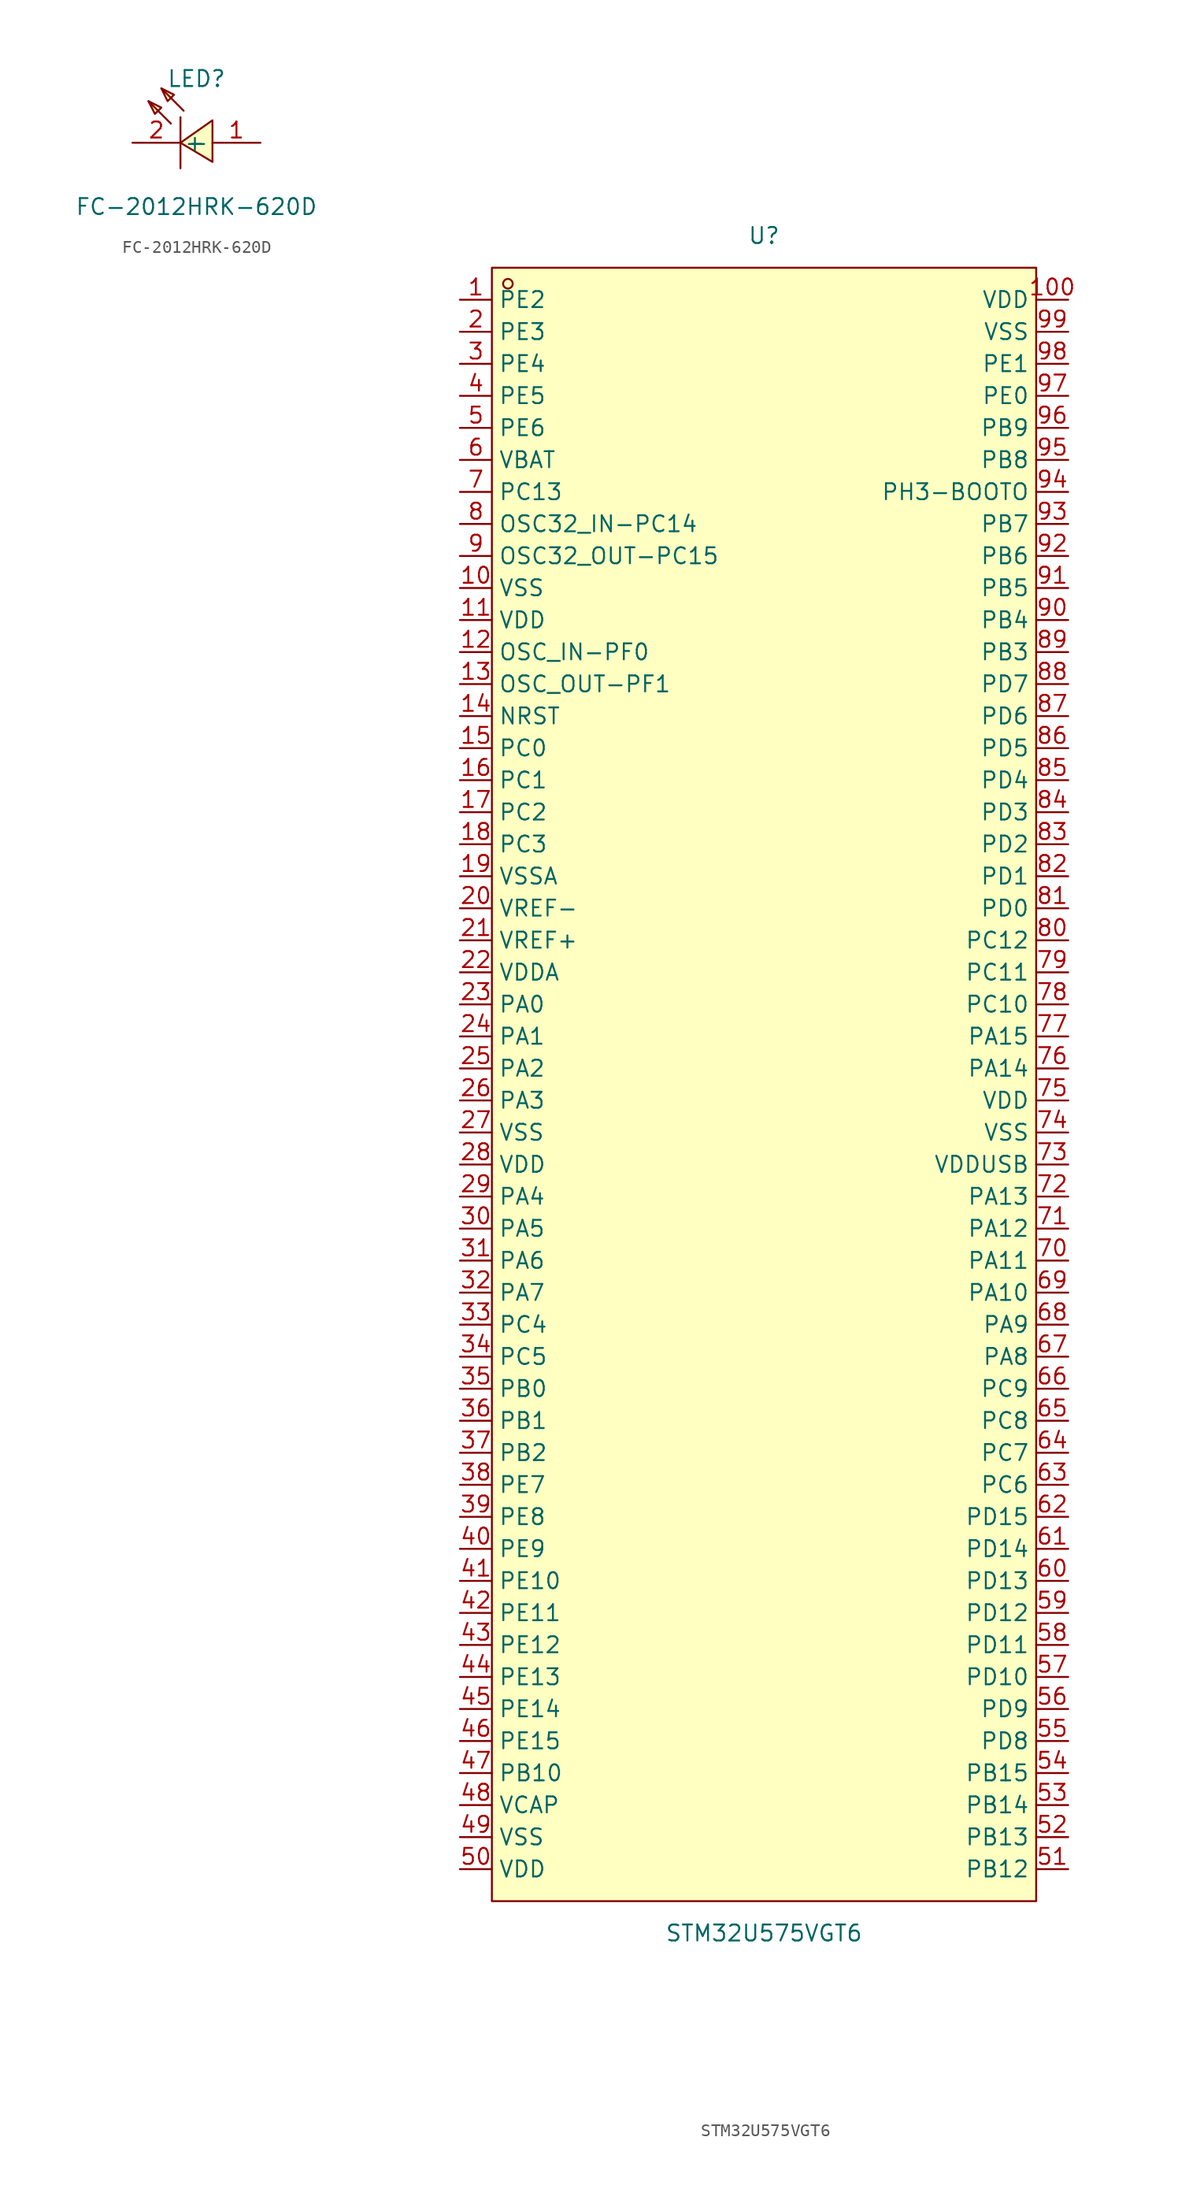
<source format=kicad_sym>
(kicad_symbol_lib
  (version 20211014)
  (generator https://github.com/uPesy/easyeda2kicad.py)
  (symbol "FC-2012HRK-620D"
    (property "Reference" "LED"
      (at 0 5.08 0)
      (effects (font (size 1.27 1.27))))
    (property "Value" "FC-2012HRK-620D"
      (at 0 -5.08 0)
      (effects (font (size 1.27 1.27))))
    (symbol "FC-2012HRK-620D_0_1"
      (polyline (pts (xy -3.81 3.30) (xy -2.79 2.79) (xy -3.30 2.29) (xy -3.81 3.30)) (stroke (width 0) (type default) (color 0 0 0 0)) (fill (type background)))
      (polyline (pts (xy -2.79 4.32) (xy -1.78 3.81) (xy -2.29 3.30) (xy -2.79 4.32)) (stroke (width 0) (type default) (color 0 0 0 0)) (fill (type background)))
      (polyline (pts (xy 1.27 -1.52) (xy -1.27 -0.00) (xy 1.27 1.78) (xy 1.27 -1.52)) (stroke (width 0) (type default) (color 0 0 0 0)) (fill (type background)))
      (polyline (pts (xy -2.03 1.52) (xy -3.81 3.30)) (stroke (width 0) (type default) (color 0 0 0 0)) (fill (type none)))
      (polyline (pts (xy -1.02 2.54) (xy -2.79 4.32)) (stroke (width 0) (type default) (color 0 0 0 0)) (fill (type none)))
      (polyline (pts (xy -1.27 2.03) (xy -1.27 -2.03)) (stroke (width 0) (type default) (color 0 0 0 0)) (fill (type none)))
      (pin unspecified line (at 5.08 -0.00 180) (length 3.81) (name "+" (effects (font (size 1.27 1.27)))) (number "1" (effects (font (size 1.27 1.27)))))
      (pin unspecified line (at -5.08 -0.00 0) (length 3.81) (name "-" (effects (font (size 1.27 1.27)))) (number "2" (effects (font (size 1.27 1.27)))))))
  (symbol "STM32U575VGT6"
    (property "Reference" "U"
      (at 0 67.31 0)
      (effects (font (size 1.27 1.27))))
    (property "Value" "STM32U575VGT6"
      (at 0 -67.31 0)
      (effects (font (size 1.27 1.27))))
    (symbol "STM32U575VGT6_0_1"
      (rectangle (start -21.59 64.77) (end 21.59 -64.77) (stroke (width 0) (type default) (color 0 0 0 0)) (fill (type background)))
      (circle (center -20.32 63.50) (radius 0.38) (stroke (width 0) (type default) (color 0 0 0 0)) (fill (type none)))
      (pin unspecified line (at -24.13 62.23 0) (length 2.54) (name "PE2" (effects (font (size 1.27 1.27)))) (number "1" (effects (font (size 1.27 1.27)))))
      (pin unspecified line (at -24.13 59.69 0) (length 2.54) (name "PE3" (effects (font (size 1.27 1.27)))) (number "2" (effects (font (size 1.27 1.27)))))
      (pin unspecified line (at -24.13 57.15 0) (length 2.54) (name "PE4" (effects (font (size 1.27 1.27)))) (number "3" (effects (font (size 1.27 1.27)))))
      (pin unspecified line (at -24.13 54.61 0) (length 2.54) (name "PE5" (effects (font (size 1.27 1.27)))) (number "4" (effects (font (size 1.27 1.27)))))
      (pin unspecified line (at -24.13 52.07 0) (length 2.54) (name "PE6" (effects (font (size 1.27 1.27)))) (number "5" (effects (font (size 1.27 1.27)))))
      (pin unspecified line (at -24.13 49.53 0) (length 2.54) (name "VBAT" (effects (font (size 1.27 1.27)))) (number "6" (effects (font (size 1.27 1.27)))))
      (pin unspecified line (at -24.13 46.99 0) (length 2.54) (name "PC13" (effects (font (size 1.27 1.27)))) (number "7" (effects (font (size 1.27 1.27)))))
      (pin unspecified line (at -24.13 44.45 0) (length 2.54) (name "OSC32_IN-PC14" (effects (font (size 1.27 1.27)))) (number "8" (effects (font (size 1.27 1.27)))))
      (pin unspecified line (at -24.13 41.91 0) (length 2.54) (name "OSC32_OUT-PC15" (effects (font (size 1.27 1.27)))) (number "9" (effects (font (size 1.27 1.27)))))
      (pin unspecified line (at -24.13 39.37 0) (length 2.54) (name "VSS" (effects (font (size 1.27 1.27)))) (number "10" (effects (font (size 1.27 1.27)))))
      (pin unspecified line (at -24.13 36.83 0) (length 2.54) (name "VDD" (effects (font (size 1.27 1.27)))) (number "11" (effects (font (size 1.27 1.27)))))
      (pin unspecified line (at -24.13 34.29 0) (length 2.54) (name "OSC_IN-PF0" (effects (font (size 1.27 1.27)))) (number "12" (effects (font (size 1.27 1.27)))))
      (pin unspecified line (at -24.13 31.75 0) (length 2.54) (name "OSC_OUT-PF1" (effects (font (size 1.27 1.27)))) (number "13" (effects (font (size 1.27 1.27)))))
      (pin unspecified line (at -24.13 29.21 0) (length 2.54) (name "NRST" (effects (font (size 1.27 1.27)))) (number "14" (effects (font (size 1.27 1.27)))))
      (pin unspecified line (at -24.13 26.67 0) (length 2.54) (name "PC0" (effects (font (size 1.27 1.27)))) (number "15" (effects (font (size 1.27 1.27)))))
      (pin unspecified line (at -24.13 24.13 0) (length 2.54) (name "PC1" (effects (font (size 1.27 1.27)))) (number "16" (effects (font (size 1.27 1.27)))))
      (pin unspecified line (at -24.13 21.59 0) (length 2.54) (name "PC2" (effects (font (size 1.27 1.27)))) (number "17" (effects (font (size 1.27 1.27)))))
      (pin unspecified line (at -24.13 19.05 0) (length 2.54) (name "PC3" (effects (font (size 1.27 1.27)))) (number "18" (effects (font (size 1.27 1.27)))))
      (pin unspecified line (at -24.13 16.51 0) (length 2.54) (name "VSSA" (effects (font (size 1.27 1.27)))) (number "19" (effects (font (size 1.27 1.27)))))
      (pin unspecified line (at -24.13 13.97 0) (length 2.54) (name "VREF-" (effects (font (size 1.27 1.27)))) (number "20" (effects (font (size 1.27 1.27)))))
      (pin unspecified line (at -24.13 11.43 0) (length 2.54) (name "VREF+" (effects (font (size 1.27 1.27)))) (number "21" (effects (font (size 1.27 1.27)))))
      (pin unspecified line (at -24.13 8.89 0) (length 2.54) (name "VDDA" (effects (font (size 1.27 1.27)))) (number "22" (effects (font (size 1.27 1.27)))))
      (pin unspecified line (at -24.13 6.35 0) (length 2.54) (name "PA0" (effects (font (size 1.27 1.27)))) (number "23" (effects (font (size 1.27 1.27)))))
      (pin unspecified line (at -24.13 3.81 0) (length 2.54) (name "PA1" (effects (font (size 1.27 1.27)))) (number "24" (effects (font (size 1.27 1.27)))))
      (pin unspecified line (at -24.13 1.27 0) (length 2.54) (name "PA2" (effects (font (size 1.27 1.27)))) (number "25" (effects (font (size 1.27 1.27)))))
      (pin unspecified line (at -24.13 -1.27 0) (length 2.54) (name "PA3" (effects (font (size 1.27 1.27)))) (number "26" (effects (font (size 1.27 1.27)))))
      (pin unspecified line (at -24.13 -3.81 0) (length 2.54) (name "VSS" (effects (font (size 1.27 1.27)))) (number "27" (effects (font (size 1.27 1.27)))))
      (pin unspecified line (at -24.13 -6.35 0) (length 2.54) (name "VDD" (effects (font (size 1.27 1.27)))) (number "28" (effects (font (size 1.27 1.27)))))
      (pin unspecified line (at -24.13 -8.89 0) (length 2.54) (name "PA4" (effects (font (size 1.27 1.27)))) (number "29" (effects (font (size 1.27 1.27)))))
      (pin unspecified line (at -24.13 -11.43 0) (length 2.54) (name "PA5" (effects (font (size 1.27 1.27)))) (number "30" (effects (font (size 1.27 1.27)))))
      (pin unspecified line (at -24.13 -13.97 0) (length 2.54) (name "PA6" (effects (font (size 1.27 1.27)))) (number "31" (effects (font (size 1.27 1.27)))))
      (pin unspecified line (at -24.13 -16.51 0) (length 2.54) (name "PA7" (effects (font (size 1.27 1.27)))) (number "32" (effects (font (size 1.27 1.27)))))
      (pin unspecified line (at -24.13 -19.05 0) (length 2.54) (name "PC4" (effects (font (size 1.27 1.27)))) (number "33" (effects (font (size 1.27 1.27)))))
      (pin unspecified line (at -24.13 -21.59 0) (length 2.54) (name "PC5" (effects (font (size 1.27 1.27)))) (number "34" (effects (font (size 1.27 1.27)))))
      (pin unspecified line (at -24.13 -24.13 0) (length 2.54) (name "PB0" (effects (font (size 1.27 1.27)))) (number "35" (effects (font (size 1.27 1.27)))))
      (pin unspecified line (at -24.13 -26.67 0) (length 2.54) (name "PB1" (effects (font (size 1.27 1.27)))) (number "36" (effects (font (size 1.27 1.27)))))
      (pin unspecified line (at -24.13 -29.21 0) (length 2.54) (name "PB2" (effects (font (size 1.27 1.27)))) (number "37" (effects (font (size 1.27 1.27)))))
      (pin unspecified line (at -24.13 -31.75 0) (length 2.54) (name "PE7" (effects (font (size 1.27 1.27)))) (number "38" (effects (font (size 1.27 1.27)))))
      (pin unspecified line (at -24.13 -34.29 0) (length 2.54) (name "PE8" (effects (font (size 1.27 1.27)))) (number "39" (effects (font (size 1.27 1.27)))))
      (pin unspecified line (at -24.13 -36.83 0) (length 2.54) (name "PE9" (effects (font (size 1.27 1.27)))) (number "40" (effects (font (size 1.27 1.27)))))
      (pin unspecified line (at -24.13 -39.37 0) (length 2.54) (name "PE10" (effects (font (size 1.27 1.27)))) (number "41" (effects (font (size 1.27 1.27)))))
      (pin unspecified line (at -24.13 -41.91 0) (length 2.54) (name "PE11" (effects (font (size 1.27 1.27)))) (number "42" (effects (font (size 1.27 1.27)))))
      (pin unspecified line (at -24.13 -44.45 0) (length 2.54) (name "PE12" (effects (font (size 1.27 1.27)))) (number "43" (effects (font (size 1.27 1.27)))))
      (pin unspecified line (at -24.13 -46.99 0) (length 2.54) (name "PE13" (effects (font (size 1.27 1.27)))) (number "44" (effects (font (size 1.27 1.27)))))
      (pin unspecified line (at -24.13 -49.53 0) (length 2.54) (name "PE14" (effects (font (size 1.27 1.27)))) (number "45" (effects (font (size 1.27 1.27)))))
      (pin unspecified line (at -24.13 -52.07 0) (length 2.54) (name "PE15" (effects (font (size 1.27 1.27)))) (number "46" (effects (font (size 1.27 1.27)))))
      (pin unspecified line (at -24.13 -54.61 0) (length 2.54) (name "PB10" (effects (font (size 1.27 1.27)))) (number "47" (effects (font (size 1.27 1.27)))))
      (pin unspecified line (at -24.13 -57.15 0) (length 2.54) (name "VCAP" (effects (font (size 1.27 1.27)))) (number "48" (effects (font (size 1.27 1.27)))))
      (pin unspecified line (at -24.13 -59.69 0) (length 2.54) (name "VSS" (effects (font (size 1.27 1.27)))) (number "49" (effects (font (size 1.27 1.27)))))
      (pin unspecified line (at -24.13 -62.23 0) (length 2.54) (name "VDD" (effects (font (size 1.27 1.27)))) (number "50" (effects (font (size 1.27 1.27)))))
      (pin unspecified line (at 24.13 -62.23 180) (length 2.54) (name "PB12" (effects (font (size 1.27 1.27)))) (number "51" (effects (font (size 1.27 1.27)))))
      (pin unspecified line (at 24.13 -59.69 180) (length 2.54) (name "PB13" (effects (font (size 1.27 1.27)))) (number "52" (effects (font (size 1.27 1.27)))))
      (pin unspecified line (at 24.13 -57.15 180) (length 2.54) (name "PB14" (effects (font (size 1.27 1.27)))) (number "53" (effects (font (size 1.27 1.27)))))
      (pin unspecified line (at 24.13 -54.61 180) (length 2.54) (name "PB15" (effects (font (size 1.27 1.27)))) (number "54" (effects (font (size 1.27 1.27)))))
      (pin unspecified line (at 24.13 -52.07 180) (length 2.54) (name "PD8" (effects (font (size 1.27 1.27)))) (number "55" (effects (font (size 1.27 1.27)))))
      (pin unspecified line (at 24.13 -49.53 180) (length 2.54) (name "PD9" (effects (font (size 1.27 1.27)))) (number "56" (effects (font (size 1.27 1.27)))))
      (pin unspecified line (at 24.13 -46.99 180) (length 2.54) (name "PD10" (effects (font (size 1.27 1.27)))) (number "57" (effects (font (size 1.27 1.27)))))
      (pin unspecified line (at 24.13 -44.45 180) (length 2.54) (name "PD11" (effects (font (size 1.27 1.27)))) (number "58" (effects (font (size 1.27 1.27)))))
      (pin unspecified line (at 24.13 -41.91 180) (length 2.54) (name "PD12" (effects (font (size 1.27 1.27)))) (number "59" (effects (font (size 1.27 1.27)))))
      (pin unspecified line (at 24.13 -39.37 180) (length 2.54) (name "PD13" (effects (font (size 1.27 1.27)))) (number "60" (effects (font (size 1.27 1.27)))))
      (pin unspecified line (at 24.13 -36.83 180) (length 2.54) (name "PD14" (effects (font (size 1.27 1.27)))) (number "61" (effects (font (size 1.27 1.27)))))
      (pin unspecified line (at 24.13 -34.29 180) (length 2.54) (name "PD15" (effects (font (size 1.27 1.27)))) (number "62" (effects (font (size 1.27 1.27)))))
      (pin unspecified line (at 24.13 -31.75 180) (length 2.54) (name "PC6" (effects (font (size 1.27 1.27)))) (number "63" (effects (font (size 1.27 1.27)))))
      (pin unspecified line (at 24.13 -29.21 180) (length 2.54) (name "PC7" (effects (font (size 1.27 1.27)))) (number "64" (effects (font (size 1.27 1.27)))))
      (pin unspecified line (at 24.13 -26.67 180) (length 2.54) (name "PC8" (effects (font (size 1.27 1.27)))) (number "65" (effects (font (size 1.27 1.27)))))
      (pin unspecified line (at 24.13 -24.13 180) (length 2.54) (name "PC9" (effects (font (size 1.27 1.27)))) (number "66" (effects (font (size 1.27 1.27)))))
      (pin unspecified line (at 24.13 -21.59 180) (length 2.54) (name "PA8" (effects (font (size 1.27 1.27)))) (number "67" (effects (font (size 1.27 1.27)))))
      (pin unspecified line (at 24.13 -19.05 180) (length 2.54) (name "PA9" (effects (font (size 1.27 1.27)))) (number "68" (effects (font (size 1.27 1.27)))))
      (pin unspecified line (at 24.13 -16.51 180) (length 2.54) (name "PA10" (effects (font (size 1.27 1.27)))) (number "69" (effects (font (size 1.27 1.27)))))
      (pin unspecified line (at 24.13 -13.97 180) (length 2.54) (name "PA11" (effects (font (size 1.27 1.27)))) (number "70" (effects (font (size 1.27 1.27)))))
      (pin unspecified line (at 24.13 -11.43 180) (length 2.54) (name "PA12" (effects (font (size 1.27 1.27)))) (number "71" (effects (font (size 1.27 1.27)))))
      (pin unspecified line (at 24.13 -8.89 180) (length 2.54) (name "PA13" (effects (font (size 1.27 1.27)))) (number "72" (effects (font (size 1.27 1.27)))))
      (pin unspecified line (at 24.13 -6.35 180) (length 2.54) (name "VDDUSB" (effects (font (size 1.27 1.27)))) (number "73" (effects (font (size 1.27 1.27)))))
      (pin unspecified line (at 24.13 -3.81 180) (length 2.54) (name "VSS" (effects (font (size 1.27 1.27)))) (number "74" (effects (font (size 1.27 1.27)))))
      (pin unspecified line (at 24.13 -1.27 180) (length 2.54) (name "VDD" (effects (font (size 1.27 1.27)))) (number "75" (effects (font (size 1.27 1.27)))))
      (pin unspecified line (at 24.13 1.27 180) (length 2.54) (name "PA14" (effects (font (size 1.27 1.27)))) (number "76" (effects (font (size 1.27 1.27)))))
      (pin unspecified line (at 24.13 3.81 180) (length 2.54) (name "PA15" (effects (font (size 1.27 1.27)))) (number "77" (effects (font (size 1.27 1.27)))))
      (pin unspecified line (at 24.13 6.35 180) (length 2.54) (name "PC10" (effects (font (size 1.27 1.27)))) (number "78" (effects (font (size 1.27 1.27)))))
      (pin unspecified line (at 24.13 8.89 180) (length 2.54) (name "PC11" (effects (font (size 1.27 1.27)))) (number "79" (effects (font (size 1.27 1.27)))))
      (pin unspecified line (at 24.13 11.43 180) (length 2.54) (name "PC12" (effects (font (size 1.27 1.27)))) (number "80" (effects (font (size 1.27 1.27)))))
      (pin unspecified line (at 24.13 13.97 180) (length 2.54) (name "PD0" (effects (font (size 1.27 1.27)))) (number "81" (effects (font (size 1.27 1.27)))))
      (pin unspecified line (at 24.13 16.51 180) (length 2.54) (name "PD1" (effects (font (size 1.27 1.27)))) (number "82" (effects (font (size 1.27 1.27)))))
      (pin unspecified line (at 24.13 19.05 180) (length 2.54) (name "PD2" (effects (font (size 1.27 1.27)))) (number "83" (effects (font (size 1.27 1.27)))))
      (pin unspecified line (at 24.13 21.59 180) (length 2.54) (name "PD3" (effects (font (size 1.27 1.27)))) (number "84" (effects (font (size 1.27 1.27)))))
      (pin unspecified line (at 24.13 24.13 180) (length 2.54) (name "PD4" (effects (font (size 1.27 1.27)))) (number "85" (effects (font (size 1.27 1.27)))))
      (pin unspecified line (at 24.13 26.67 180) (length 2.54) (name "PD5" (effects (font (size 1.27 1.27)))) (number "86" (effects (font (size 1.27 1.27)))))
      (pin unspecified line (at 24.13 29.21 180) (length 2.54) (name "PD6" (effects (font (size 1.27 1.27)))) (number "87" (effects (font (size 1.27 1.27)))))
      (pin unspecified line (at 24.13 31.75 180) (length 2.54) (name "PD7" (effects (font (size 1.27 1.27)))) (number "88" (effects (font (size 1.27 1.27)))))
      (pin unspecified line (at 24.13 34.29 180) (length 2.54) (name "PB3" (effects (font (size 1.27 1.27)))) (number "89" (effects (font (size 1.27 1.27)))))
      (pin unspecified line (at 24.13 36.83 180) (length 2.54) (name "PB4" (effects (font (size 1.27 1.27)))) (number "90" (effects (font (size 1.27 1.27)))))
      (pin unspecified line (at 24.13 39.37 180) (length 2.54) (name "PB5" (effects (font (size 1.27 1.27)))) (number "91" (effects (font (size 1.27 1.27)))))
      (pin unspecified line (at 24.13 41.91 180) (length 2.54) (name "PB6" (effects (font (size 1.27 1.27)))) (number "92" (effects (font (size 1.27 1.27)))))
      (pin unspecified line (at 24.13 44.45 180) (length 2.54) (name "PB7" (effects (font (size 1.27 1.27)))) (number "93" (effects (font (size 1.27 1.27)))))
      (pin unspecified line (at 24.13 46.99 180) (length 2.54) (name "PH3-BOOTO" (effects (font (size 1.27 1.27)))) (number "94" (effects (font (size 1.27 1.27)))))
      (pin unspecified line (at 24.13 49.53 180) (length 2.54) (name "PB8" (effects (font (size 1.27 1.27)))) (number "95" (effects (font (size 1.27 1.27)))))
      (pin unspecified line (at 24.13 52.07 180) (length 2.54) (name "PB9" (effects (font (size 1.27 1.27)))) (number "96" (effects (font (size 1.27 1.27)))))
      (pin unspecified line (at 24.13 54.61 180) (length 2.54) (name "PE0" (effects (font (size 1.27 1.27)))) (number "97" (effects (font (size 1.27 1.27)))))
      (pin unspecified line (at 24.13 57.15 180) (length 2.54) (name "PE1" (effects (font (size 1.27 1.27)))) (number "98" (effects (font (size 1.27 1.27)))))
      (pin unspecified line (at 24.13 59.69 180) (length 2.54) (name "VSS" (effects (font (size 1.27 1.27)))) (number "99" (effects (font (size 1.27 1.27)))))
      (pin unspecified line (at 24.13 62.23 180) (length 2.54) (name "VDD" (effects (font (size 1.27 1.27)))) (number "100" (effects (font (size 1.27 1.27))))))))
</source>
